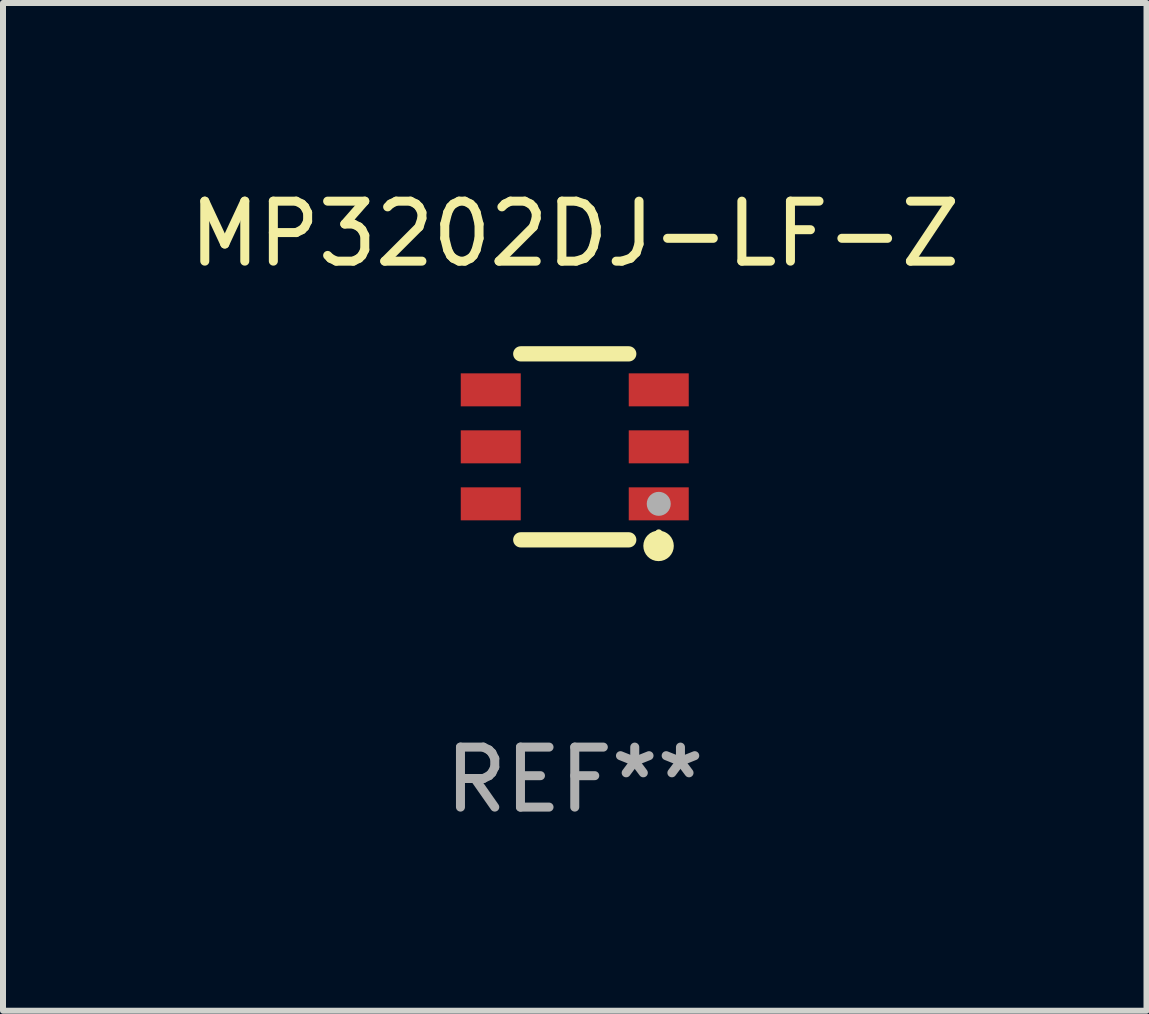
<source format=kicad_pcb>
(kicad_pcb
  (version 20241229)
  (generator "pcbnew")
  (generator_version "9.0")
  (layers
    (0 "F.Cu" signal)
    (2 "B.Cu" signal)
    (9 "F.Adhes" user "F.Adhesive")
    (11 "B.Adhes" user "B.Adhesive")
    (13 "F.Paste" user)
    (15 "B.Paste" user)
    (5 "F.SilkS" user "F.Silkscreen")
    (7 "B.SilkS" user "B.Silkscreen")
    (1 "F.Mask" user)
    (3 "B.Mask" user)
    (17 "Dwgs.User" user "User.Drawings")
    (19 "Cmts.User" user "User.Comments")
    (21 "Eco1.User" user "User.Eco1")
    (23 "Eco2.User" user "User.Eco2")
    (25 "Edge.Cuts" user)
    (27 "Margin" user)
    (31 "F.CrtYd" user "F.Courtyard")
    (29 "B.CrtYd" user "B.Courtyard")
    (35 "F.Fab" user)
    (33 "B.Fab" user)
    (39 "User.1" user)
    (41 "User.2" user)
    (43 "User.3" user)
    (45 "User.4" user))
  (footprint "MP3202DJ-LF-Z"
    (layer "F.Cu")
    (at 6.53 4.398)
    (property "Reference" "MP3202DJ-LF-Z" (at 0 -3.55 0) (layer "F.SilkS") (effects (font (size 1 1) (thickness 0.15))))
    (attr through_hole)
    (fp_line (start -0.9 -1.55) (end 0.9 -1.55) (stroke (width 0.254) (type solid)) (layer "F.SilkS"))
    (fp_line (start -0.9 1.55) (end 0.9 1.55) (stroke (width 0.254) (type solid)) (layer "F.SilkS"))
    (fp_circle (center 1.397 1.651) (end 1.524 1.651) (stroke (width 0.254) (type solid)) (fill no) (layer "F.SilkS"))
    (fp_circle (center 1.4 1.435) (end 1.43 1.435) (stroke (width 0.06) (type solid)) (fill no) (layer "F.SilkS"))
    (fp_circle (center 1.4 0.95) (end 1.5 0.95) (stroke (width 0.2) (type solid)) (fill no) (layer "F.Fab"))
    (fp_text user "REF**" (at 0 5.55 0) (layer "F.Fab") (effects (font (size 1 1) (thickness 0.15))))
    (pad "1" smd rect (at 1.4 0.95) (size 1 0.55) (layers "F.Cu" "F.Mask" "F.Paste"))
    (pad "2" smd rect (at 1.4 -0.000102) (size 1 0.55) (layers "F.Cu" "F.Mask" "F.Paste"))
    (pad "3" smd rect (at 1.4 -0.95) (size 1 0.55) (layers "F.Cu" "F.Mask" "F.Paste"))
    (pad "4" smd rect (at -1.4 -0.95) (size 1 0.55) (layers "F.Cu" "F.Mask" "F.Paste"))
    (pad "5" smd rect (at -1.4 -0.000102) (size 1 0.55) (layers "F.Cu" "F.Mask" "F.Paste"))
    (pad "6" smd rect (at -1.4 0.95) (size 1 0.55) (layers "F.Cu" "F.Mask" "F.Paste")))
  (gr_rect
    (start -3 -3)
    (end 16.06 13.797)
    (stroke (width 0.1) (type default))
    (fill no)
    (layer "Edge.Cuts")))
</source>
